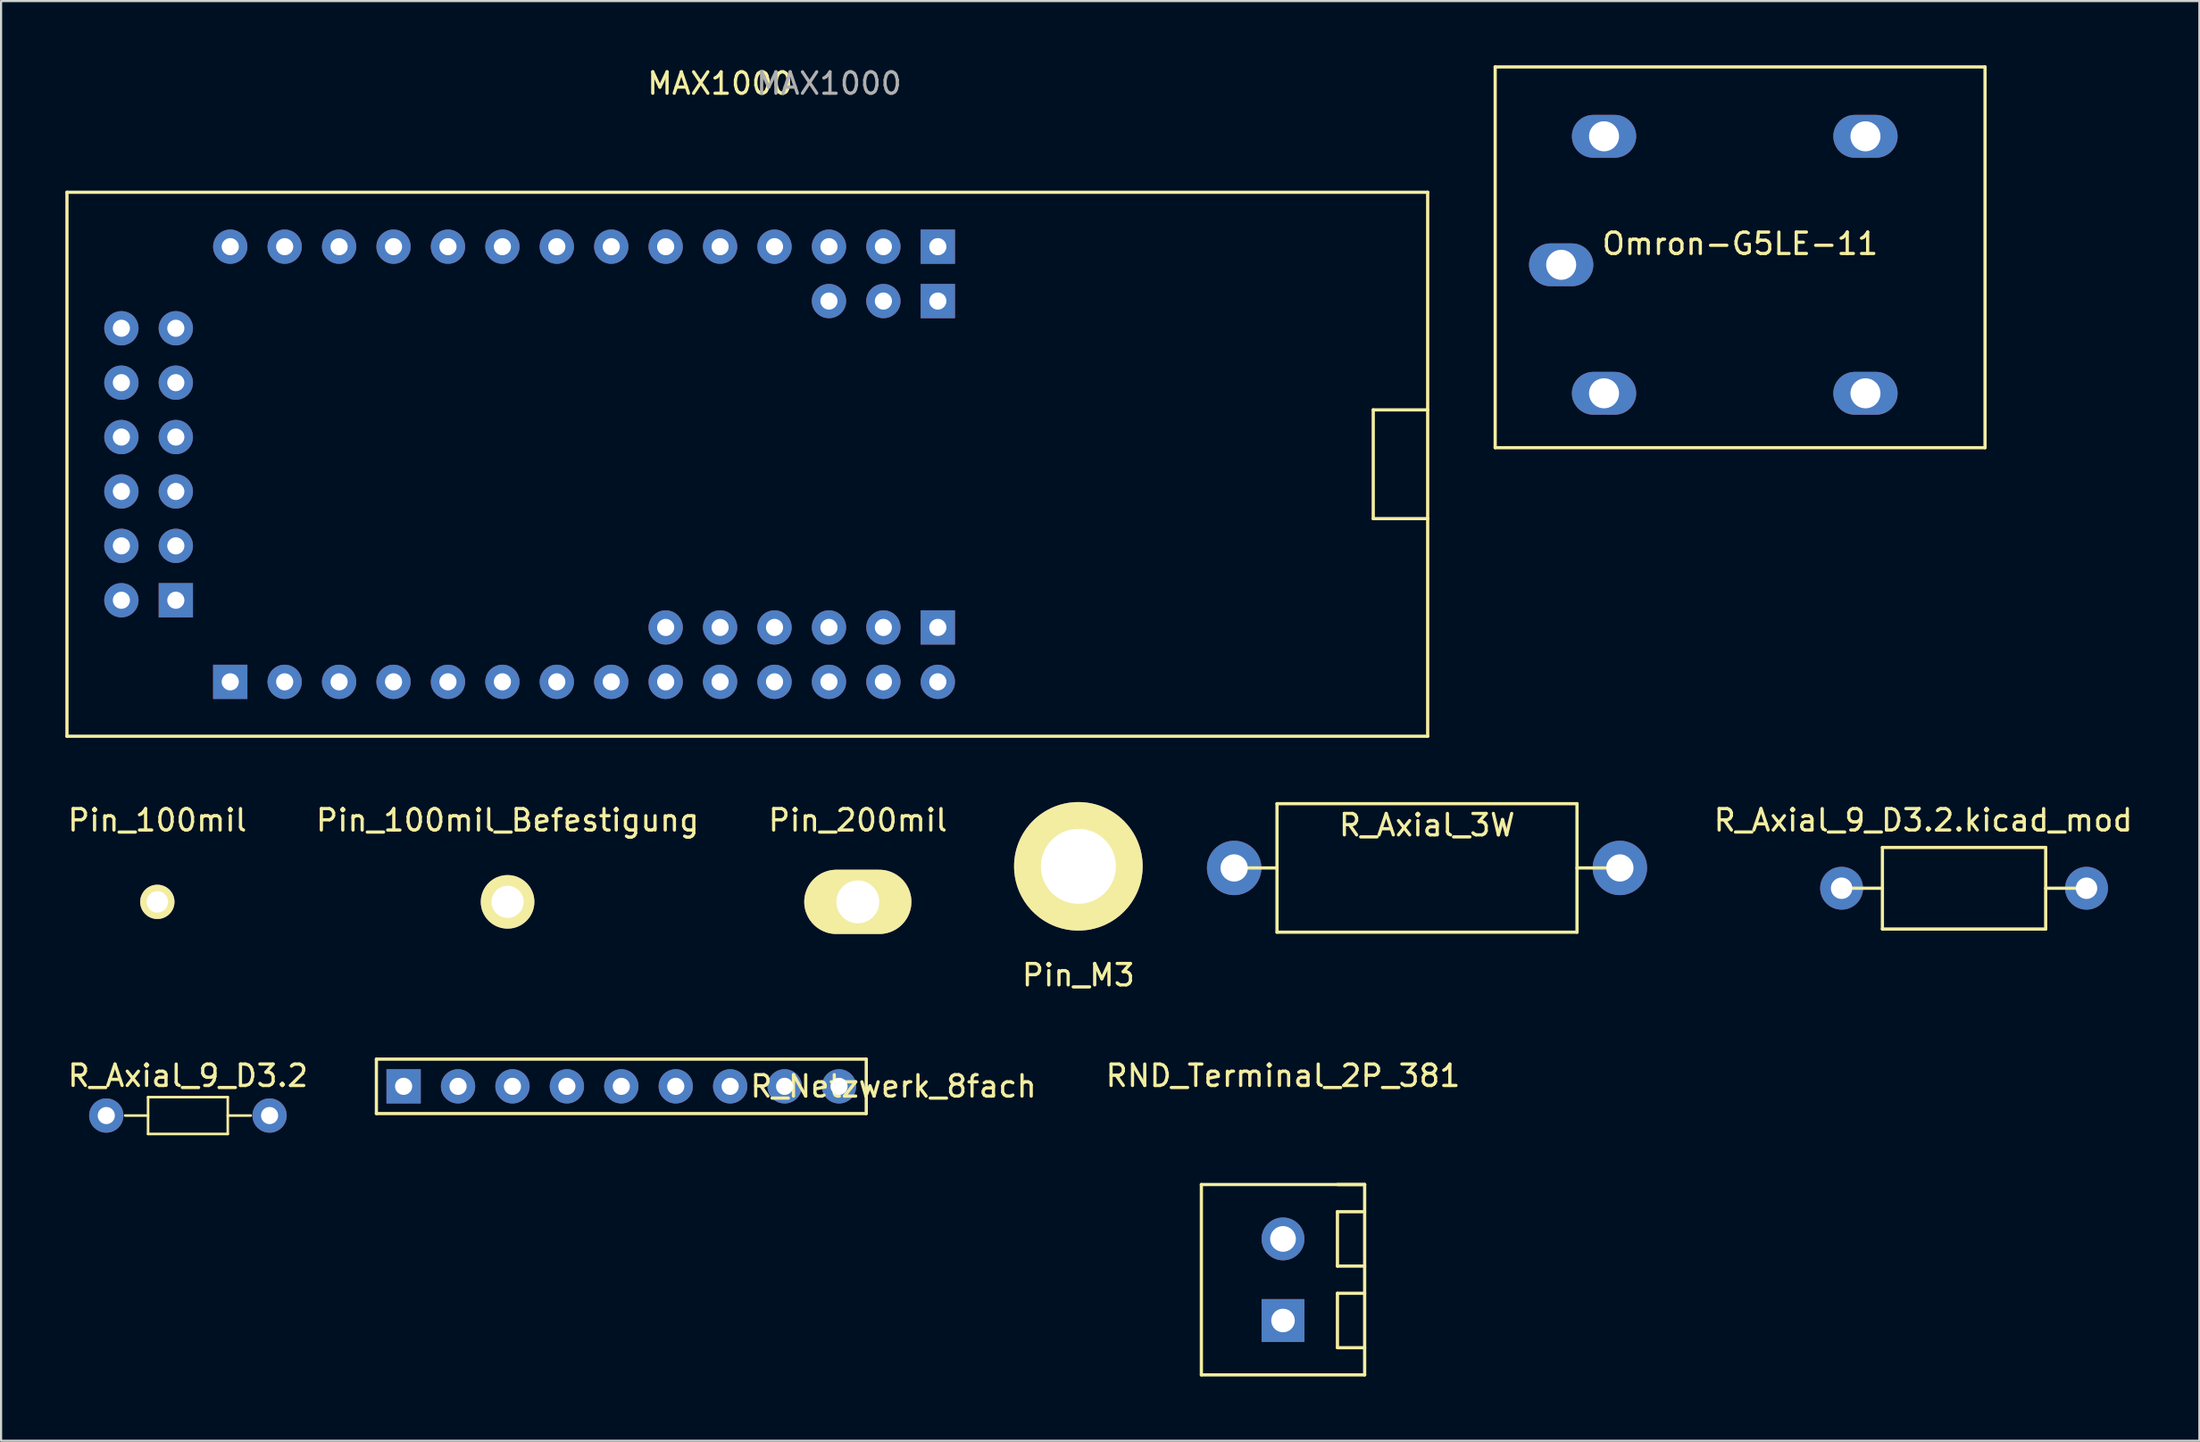
<source format=kicad_pcb>
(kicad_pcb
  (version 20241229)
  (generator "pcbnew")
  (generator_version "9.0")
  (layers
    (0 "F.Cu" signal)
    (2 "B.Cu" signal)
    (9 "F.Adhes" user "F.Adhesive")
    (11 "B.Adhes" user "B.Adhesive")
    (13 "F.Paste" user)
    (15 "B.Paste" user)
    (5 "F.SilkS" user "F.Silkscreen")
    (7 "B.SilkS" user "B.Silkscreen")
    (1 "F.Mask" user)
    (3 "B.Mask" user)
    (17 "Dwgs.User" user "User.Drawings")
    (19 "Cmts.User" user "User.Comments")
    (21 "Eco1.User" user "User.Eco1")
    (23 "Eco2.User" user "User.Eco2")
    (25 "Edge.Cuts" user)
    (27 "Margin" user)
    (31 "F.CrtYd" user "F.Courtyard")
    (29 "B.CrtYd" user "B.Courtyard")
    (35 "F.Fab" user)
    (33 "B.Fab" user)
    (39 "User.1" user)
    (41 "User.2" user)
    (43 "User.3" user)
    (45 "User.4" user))
  (footprint "Pin_M3"
    (layer "F.Cu")
    (at 47.274 37.403)
    (property "Reference" "Pin_M3" (at 0 5.08 0) (layer "F.SilkS") (effects (font (size 1 1) (thickness 0.15))))
    (attr through_hole)
    (pad "1" thru_hole circle (at 0 0) (size 6 6) (drill 3.5) (layers "*.Cu" "*.Mask" "F.SilkS")))
  (footprint "R_Axial_3W"
    (layer "F.Cu")
    (at 63.544 37.478)
    (property "Reference" "R_Axial_3W" (at 0 -2 0) (layer "F.SilkS") (effects (font (size 1 1) (thickness 0.15))))
    (attr through_hole)
    (fp_line (start -7 -3) (end -7 3) (stroke (width 0.15) (type solid)) (layer "F.SilkS"))
    (fp_line (start -7 0) (end -9 0) (stroke (width 0.15) (type solid)) (layer "F.SilkS"))
    (fp_line (start -7 3) (end 7 3) (stroke (width 0.15) (type solid)) (layer "F.SilkS"))
    (fp_line (start 7 -3) (end -7 -3) (stroke (width 0.15) (type solid)) (layer "F.SilkS"))
    (fp_line (start 7 0) (end 9 0) (stroke (width 0.15) (type solid)) (layer "F.SilkS"))
    (fp_line (start 7 3) (end 7 -3) (stroke (width 0.15) (type solid)) (layer "F.SilkS"))
    (pad "1" thru_hole circle (at -9 0) (size 2.54 2.54) (drill 1.27) (layers "*.Cu" "*.Mask"))
    (pad "2" thru_hole circle (at 9 0) (size 2.54 2.54) (drill 1.27) (layers "*.Cu" "*.Mask")))
  (footprint "Omron-G5LE-11"
    (layer "F.Cu")
    (at 71.805 15.315)
    (property "Reference" "Omron-G5LE-11" (at 6.35 -6.985 0) (layer "F.SilkS") (effects (font (size 1 1) (thickness 0.15))))
    (attr through_hole)
    (fp_line (start -5.08 -15.24) (end 17.78 -15.24) (stroke (width 0.15) (type solid)) (layer "F.SilkS"))
    (fp_line (start -5.08 2.54) (end -5.08 -15.24) (stroke (width 0.15) (type solid)) (layer "F.SilkS"))
    (fp_line (start 17.78 -15.24) (end 17.78 2.54) (stroke (width 0.15) (type solid)) (layer "F.SilkS"))
    (fp_line (start 17.78 2.54) (end -5.08 2.54) (stroke (width 0.15) (type solid)) (layer "F.SilkS"))
    (pad "1" thru_hole oval (at 0 -12 90) (size 2 3) (drill 1.4) (layers "*.Cu" "*.Mask"))
    (pad "2" thru_hole oval (at 0 0 90) (size 2 3) (drill 1.4) (layers "*.Cu" "*.Mask"))
    (pad "3" thru_hole oval (at 12.2 0 90) (size 2 3) (drill 1.4) (layers "*.Cu" "*.Mask"))
    (pad "4" thru_hole oval (at -2 -6 90) (size 2 3) (drill 1.4) (layers "*.Cu" "*.Mask"))
    (pad "5" thru_hole oval (at 12.2 -12 90) (size 2 3) (drill 1.4) (layers "*.Cu" "*.Mask")))
  (footprint "R_Axial_9_D3.2"
    (layer "F.Cu")
    (at 1.91 49.04)
    (property "Reference" "R_Axial_9_D3.2" (at 3.81 -1.86 0) (layer "F.SilkS") (effects (font (size 1 1) (thickness 0.15))))
    (attr through_hole)
    (fp_line (start 0.88 0) (end 1.95 0) (stroke (width 0.12) (type solid)) (layer "F.SilkS"))
    (fp_line (start 1.95 -0.86) (end 1.95 0.86) (stroke (width 0.12) (type solid)) (layer "F.SilkS"))
    (fp_line (start 1.95 0.86) (end 5.67 0.86) (stroke (width 0.12) (type solid)) (layer "F.SilkS"))
    (fp_line (start 5.67 -0.86) (end 1.95 -0.86) (stroke (width 0.12) (type solid)) (layer "F.SilkS"))
    (fp_line (start 5.67 0.86) (end 5.67 -0.86) (stroke (width 0.12) (type solid)) (layer "F.SilkS"))
    (fp_line (start 6.74 0) (end 5.67 0) (stroke (width 0.12) (type solid)) (layer "F.SilkS"))
    (pad "1" thru_hole circle (at 0 0) (size 1.6 1.6) (drill 0.8) (layers "*.Cu" "*.Mask"))
    (pad "2" thru_hole circle (at 7.62 0) (size 1.6 1.6) (drill 0.8) (layers "*.Cu" "*.Mask")))
  (footprint "MAX1000"
    (layer "F.Cu")
    (at 40.715 8.468)
    (property "Reference" "MAX1000" (at -10.16 -7.62 0) (layer "F.SilkS") (effects (font (size 1 1) (thickness 0.15))))
    (attr through_hole)
    (fp_line (start -40.64 -2.54) (end -40.64 22.86) (stroke (width 0.15) (type solid)) (layer "F.SilkS"))
    (fp_line (start -40.64 22.86) (end 22.86 22.86) (stroke (width 0.15) (type solid)) (layer "F.SilkS"))
    (fp_line (start 20.32 7.62) (end 20.32 12.7) (stroke (width 0.15) (type solid)) (layer "F.SilkS"))
    (fp_line (start 20.32 12.7) (end 22.86 12.7) (stroke (width 0.15) (type solid)) (layer "F.SilkS"))
    (fp_line (start 22.86 -2.54) (end -40.64 -2.54) (stroke (width 0.15) (type solid)) (layer "F.SilkS"))
    (fp_line (start 22.86 7.62) (end 20.32 7.62) (stroke (width 0.15) (type solid)) (layer "F.SilkS"))
    (fp_line (start 22.86 22.86) (end 22.86 -2.54) (stroke (width 0.15) (type solid)) (layer "F.SilkS"))
    (fp_text user "${REFERENCE}" (at -5.08 -7.62 0) (layer "F.Fab") (effects (font (size 1 1) (thickness 0.15))))
    (pad "101" thru_hole rect (at 0 0) (size 1.6 1.6) (drill 0.8) (layers "*.Cu" "*.Mask"))
    (pad "102" thru_hole oval (at -2.54 0) (size 1.6 1.6) (drill 0.8) (layers "*.Cu" "*.Mask"))
    (pad "103" thru_hole oval (at -5.08 0) (size 1.6 1.6) (drill 0.8) (layers "*.Cu" "*.Mask"))
    (pad "104" thru_hole oval (at -7.62 0) (size 1.6 1.6) (drill 0.8) (layers "*.Cu" "*.Mask"))
    (pad "105" thru_hole oval (at -10.16 0) (size 1.6 1.6) (drill 0.8) (layers "*.Cu" "*.Mask"))
    (pad "106" thru_hole oval (at -12.7 0) (size 1.6 1.6) (drill 0.8) (layers "*.Cu" "*.Mask"))
    (pad "107" thru_hole oval (at -15.24 0) (size 1.6 1.6) (drill 0.8) (layers "*.Cu" "*.Mask"))
    (pad "108" thru_hole oval (at -17.78 0) (size 1.6 1.6) (drill 0.8) (layers "*.Cu" "*.Mask"))
    (pad "109" thru_hole oval (at -20.32 0) (size 1.6 1.6) (drill 0.8) (layers "*.Cu" "*.Mask"))
    (pad "110" thru_hole oval (at -22.86 0) (size 1.6 1.6) (drill 0.8) (layers "*.Cu" "*.Mask"))
    (pad "111" thru_hole oval (at -25.4 0) (size 1.6 1.6) (drill 0.8) (layers "*.Cu" "*.Mask"))
    (pad "112" thru_hole oval (at -27.94 0) (size 1.6 1.6) (drill 0.8) (layers "*.Cu" "*.Mask"))
    (pad "113" thru_hole oval (at -30.48 0) (size 1.6 1.6) (drill 0.8) (layers "*.Cu" "*.Mask"))
    (pad "114" thru_hole oval (at -33.02 0) (size 1.6 1.6) (drill 0.8) (layers "*.Cu" "*.Mask"))
    (pad "201" thru_hole rect (at -33.02 20.32) (size 1.6 1.6) (drill 0.8) (layers "*.Cu" "*.Mask"))
    (pad "202" thru_hole oval (at -30.48 20.32) (size 1.6 1.6) (drill 0.8) (layers "*.Cu" "*.Mask"))
    (pad "203" thru_hole oval (at -27.94 20.32) (size 1.6 1.6) (drill 0.8) (layers "*.Cu" "*.Mask"))
    (pad "204" thru_hole oval (at -25.4 20.32) (size 1.6 1.6) (drill 0.8) (layers "*.Cu" "*.Mask"))
    (pad "205" thru_hole oval (at -22.86 20.32) (size 1.6 1.6) (drill 0.8) (layers "*.Cu" "*.Mask"))
    (pad "206" thru_hole oval (at -20.32 20.32) (size 1.6 1.6) (drill 0.8) (layers "*.Cu" "*.Mask"))
    (pad "207" thru_hole oval (at -17.78 20.32) (size 1.6 1.6) (drill 0.8) (layers "*.Cu" "*.Mask"))
    (pad "208" thru_hole oval (at -15.24 20.32) (size 1.6 1.6) (drill 0.8) (layers "*.Cu" "*.Mask"))
    (pad "209" thru_hole oval (at -12.7 20.32) (size 1.6 1.6) (drill 0.8) (layers "*.Cu" "*.Mask"))
    (pad "210" thru_hole oval (at -10.16 20.32) (size 1.6 1.6) (drill 0.8) (layers "*.Cu" "*.Mask"))
    (pad "211" thru_hole oval (at -7.62 20.32) (size 1.6 1.6) (drill 0.8) (layers "*.Cu" "*.Mask"))
    (pad "212" thru_hole oval (at -5.08 20.32) (size 1.6 1.6) (drill 0.8) (layers "*.Cu" "*.Mask"))
    (pad "213" thru_hole oval (at -2.54 20.32) (size 1.6 1.6) (drill 0.8) (layers "*.Cu" "*.Mask"))
    (pad "214" thru_hole oval (at 0 20.32) (size 1.6 1.6) (drill 0.8) (layers "*.Cu" "*.Mask"))
    (pad "301" thru_hole rect (at 0 2.54) (size 1.6 1.6) (drill 0.8) (layers "*.Cu" "*.Mask"))
    (pad "302" thru_hole oval (at -2.54 2.54) (size 1.6 1.6) (drill 0.8) (layers "*.Cu" "*.Mask"))
    (pad "303" thru_hole oval (at -5.08 2.54) (size 1.6 1.6) (drill 0.8) (layers "*.Cu" "*.Mask"))
    (pad "401" thru_hole rect (at 0 17.78) (size 1.6 1.6) (drill 0.8) (layers "*.Cu" "*.Mask"))
    (pad "402" thru_hole oval (at -2.54 17.78) (size 1.6 1.6) (drill 0.8) (layers "*.Cu" "*.Mask"))
    (pad "403" thru_hole oval (at -5.08 17.78) (size 1.6 1.6) (drill 0.8) (layers "*.Cu" "*.Mask"))
    (pad "404" thru_hole oval (at -7.62 17.78) (size 1.6 1.6) (drill 0.8) (layers "*.Cu" "*.Mask"))
    (pad "405" thru_hole oval (at -10.16 17.78) (size 1.6 1.6) (drill 0.8) (layers "*.Cu" "*.Mask"))
    (pad "406" thru_hole oval (at -12.7 17.78) (size 1.6 1.6) (drill 0.8) (layers "*.Cu" "*.Mask"))
    (pad "601" thru_hole rect (at -35.56 16.51) (size 1.6 1.6) (drill 0.8) (layers "*.Cu" "*.Mask"))
    (pad "602" thru_hole oval (at -35.56 13.97) (size 1.6 1.6) (drill 0.8) (layers "*.Cu" "*.Mask"))
    (pad "603" thru_hole oval (at -35.56 11.43) (size 1.6 1.6) (drill 0.8) (layers "*.Cu" "*.Mask"))
    (pad "604" thru_hole oval (at -35.56 8.89) (size 1.6 1.6) (drill 0.8) (layers "*.Cu" "*.Mask"))
    (pad "605" thru_hole oval (at -35.56 6.35) (size 1.6 1.6) (drill 0.8) (layers "*.Cu" "*.Mask"))
    (pad "606" thru_hole oval (at -35.56 3.81) (size 1.6 1.6) (drill 0.8) (layers "*.Cu" "*.Mask"))
    (pad "607" thru_hole oval (at -38.1 16.51) (size 1.6 1.6) (drill 0.8) (layers "*.Cu" "*.Mask"))
    (pad "608" thru_hole oval (at -38.1 13.97) (size 1.6 1.6) (drill 0.8) (layers "*.Cu" "*.Mask"))
    (pad "609" thru_hole oval (at -38.1 11.43) (size 1.6 1.6) (drill 0.8) (layers "*.Cu" "*.Mask"))
    (pad "610" thru_hole oval (at -38.1 8.89) (size 1.6 1.6) (drill 0.8) (layers "*.Cu" "*.Mask"))
    (pad "611" thru_hole oval (at -38.1 6.35) (size 1.6 1.6) (drill 0.8) (layers "*.Cu" "*.Mask"))
    (pad "612" thru_hole oval (at -38.1 3.81) (size 1.6 1.6) (drill 0.8) (layers "*.Cu" "*.Mask")))
  (footprint "Pin_200mil"
    (layer "F.Cu")
    (at 36.982 39.062)
    (property "Reference" "Pin_200mil" (at 0 -3.81 0) (layer "F.SilkS") (effects (font (size 1 1) (thickness 0.15))))
    (attr through_hole)
    (pad "1" thru_hole oval (at 0 0) (size 5 3) (drill 2) (layers "*.Cu" "*.Mask" "F.SilkS")))
  (footprint "R_Axial_9_D3.2.kicad_mod"
    (layer "F.Cu")
    (at 82.891 38.426)
    (property "Reference" "R_Axial_9_D3.2.kicad_mod" (at 3.81 -3.175 0) (layer "F.SilkS") (effects (font (size 1 1) (thickness 0.15))))
    (attr through_hole)
    (fp_line (start 0 0) (end 1.905 0) (stroke (width 0.15) (type solid)) (layer "F.SilkS"))
    (fp_line (start 1.905 -1.905) (end 1.905 1.905) (stroke (width 0.15) (type solid)) (layer "F.SilkS"))
    (fp_line (start 1.905 1.905) (end 9.525 1.905) (stroke (width 0.15) (type solid)) (layer "F.SilkS"))
    (fp_line (start 9.525 -1.905) (end 1.905 -1.905) (stroke (width 0.15) (type solid)) (layer "F.SilkS"))
    (fp_line (start 9.525 1.905) (end 9.525 -1.905) (stroke (width 0.15) (type solid)) (layer "F.SilkS"))
    (fp_line (start 11.43 0) (end 9.525 0) (stroke (width 0.15) (type solid)) (layer "F.SilkS"))
    (pad "1" thru_hole circle (at 0 0) (size 2 2) (drill 1) (layers "*.Cu" "*.Mask"))
    (pad "2" thru_hole circle (at 11.43 0) (size 2 2) (drill 1) (layers "*.Cu" "*.Mask")))
  (footprint "Pin_100mil_Befestigung"
    (layer "F.Cu")
    (at 20.637 39.062)
    (property "Reference" "Pin_100mil_Befestigung" (at 0 -3.81 0) (layer "F.SilkS") (effects (font (size 1 1) (thickness 0.15))))
    (attr through_hole)
    (pad "1" thru_hole circle (at 0 0) (size 2.5 2.5) (drill 1.5) (layers "*.Cu" "*.Mask" "F.SilkS")))
  (footprint "RND_Terminal_2P_381"
    (layer "F.Cu")
    (at 56.824 53.53)
    (property "Reference" "RND_Terminal_2P_381" (at 0 -6.35 0) (layer "F.SilkS") (effects (font (size 1 1) (thickness 0.15))))
    (attr through_hole)
    (fp_line (start -3.81 -1.27) (end -3.81 7.62) (stroke (width 0.15) (type solid)) (layer "F.SilkS"))
    (fp_line (start -3.81 -1.27) (end 3.81 -1.27) (stroke (width 0.15) (type solid)) (layer "F.SilkS"))
    (fp_line (start 2.54 -1.27) (end 3.81 -1.27) (stroke (width 0.15) (type solid)) (layer "F.SilkS"))
    (fp_line (start 2.54 0) (end 2.54 2.54) (stroke (width 0.15) (type solid)) (layer "F.SilkS"))
    (fp_line (start 2.54 2.54) (end 3.81 2.54) (stroke (width 0.15) (type solid)) (layer "F.SilkS"))
    (fp_line (start 2.54 3.81) (end 2.54 6.35) (stroke (width 0.15) (type solid)) (layer "F.SilkS"))
    (fp_line (start 2.54 6.35) (end 3.81 6.35) (stroke (width 0.15) (type solid)) (layer "F.SilkS"))
    (fp_line (start 3.81 -1.27) (end 3.81 7.62) (stroke (width 0.15) (type solid)) (layer "F.SilkS"))
    (fp_line (start 3.81 0) (end 2.54 0) (stroke (width 0.15) (type solid)) (layer "F.SilkS"))
    (fp_line (start 3.81 3.81) (end 2.54 3.81) (stroke (width 0.15) (type solid)) (layer "F.SilkS"))
    (fp_line (start 3.81 7.62) (end -3.81 7.62) (stroke (width 0.15) (type solid)) (layer "F.SilkS"))
    (pad "1" thru_hole circle (at 0 1.27) (size 2 2) (drill 1.2) (layers "*.Cu" "*.Mask"))
    (pad "2" thru_hole rect (at 0 5.08) (size 2 2) (drill 1.1) (layers "*.Cu" "*.Mask")))
  (footprint "Pin_100mil"
    (layer "F.Cu")
    (at 4.292 39.062)
    (property "Reference" "Pin_100mil" (at 0 -3.81 0) (layer "F.SilkS") (effects (font (size 1 1) (thickness 0.15))))
    (attr through_hole)
    (pad "1" thru_hole circle (at 0 0) (size 1.6 1.6) (drill 1) (layers "*.Cu" "*.Mask" "F.SilkS")))
  (footprint "R_Netzwerk_8fach"
    (layer "F.Cu")
    (at 15.785 47.676)
    (property "Reference" "R_Netzwerk_8fach" (at 22.86 0 0) (layer "F.SilkS") (effects (font (size 1 1) (thickness 0.15))))
    (attr through_hole)
    (fp_line (start -1.27 -1.27) (end -1.27 1.27) (stroke (width 0.15) (type solid)) (layer "F.SilkS"))
    (fp_line (start -1.27 1.27) (end 21.59 1.27) (stroke (width 0.15) (type solid)) (layer "F.SilkS"))
    (fp_line (start 21.59 -1.27) (end -1.27 -1.27) (stroke (width 0.15) (type solid)) (layer "F.SilkS"))
    (fp_line (start 21.59 1.27) (end 21.59 -1.27) (stroke (width 0.15) (type solid)) (layer "F.SilkS"))
    (pad "1" thru_hole rect (at 0 0) (size 1.6 1.6) (drill 0.8) (layers "*.Cu" "*.Mask"))
    (pad "2" thru_hole circle (at 2.54 0) (size 1.6 1.6) (drill 0.8) (layers "*.Cu" "*.Mask"))
    (pad "3" thru_hole circle (at 5.08 0) (size 1.6 1.6) (drill 0.8) (layers "*.Cu" "*.Mask"))
    (pad "4" thru_hole circle (at 7.62 0) (size 1.6 1.6) (drill 0.8) (layers "*.Cu" "*.Mask"))
    (pad "5" thru_hole circle (at 10.16 0) (size 1.6 1.6) (drill 0.8) (layers "*.Cu" "*.Mask"))
    (pad "6" thru_hole circle (at 12.7 0) (size 1.6 1.6) (drill 0.8) (layers "*.Cu" "*.Mask"))
    (pad "7" thru_hole circle (at 15.24 0) (size 1.6 1.6) (drill 0.8) (layers "*.Cu" "*.Mask"))
    (pad "8" thru_hole circle (at 17.78 0) (size 1.6 1.6) (drill 0.8) (layers "*.Cu" "*.Mask"))
    (pad "9" thru_hole circle (at 20.32 0) (size 1.6 1.6) (drill 0.8) (layers "*.Cu" "*.Mask")))
  (gr_rect
    (start -3 -3)
    (end 99.588 64.225)
    (stroke (width 0.1) (type default))
    (fill no)
    (layer "Edge.Cuts")))
</source>
